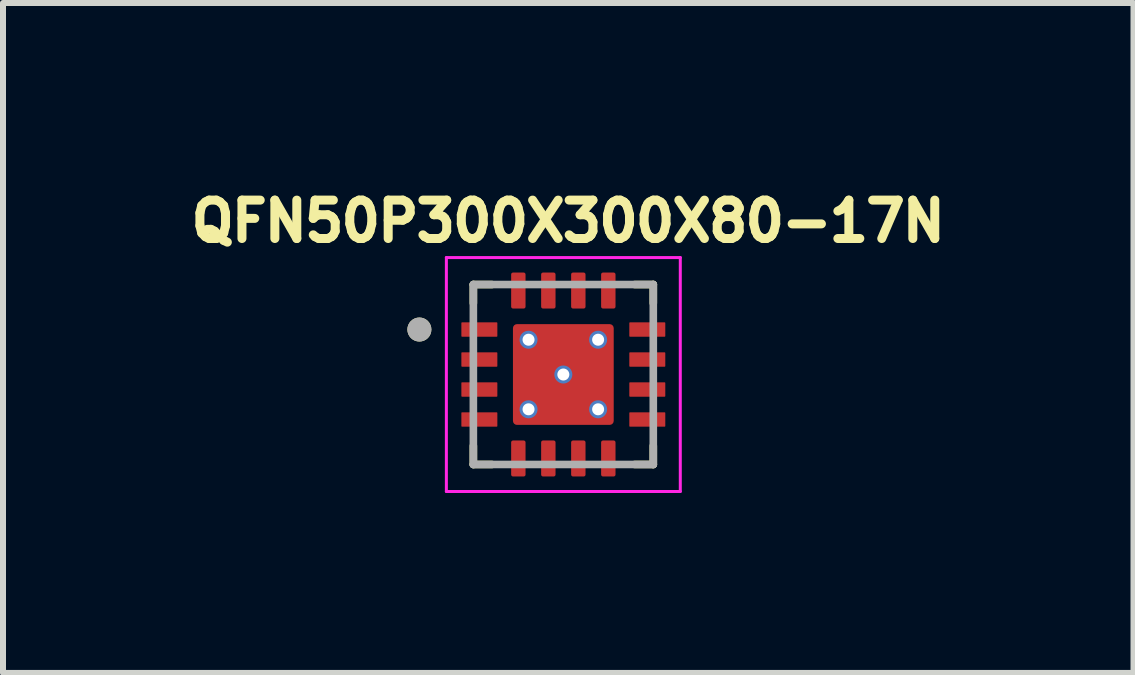
<source format=kicad_pcb>
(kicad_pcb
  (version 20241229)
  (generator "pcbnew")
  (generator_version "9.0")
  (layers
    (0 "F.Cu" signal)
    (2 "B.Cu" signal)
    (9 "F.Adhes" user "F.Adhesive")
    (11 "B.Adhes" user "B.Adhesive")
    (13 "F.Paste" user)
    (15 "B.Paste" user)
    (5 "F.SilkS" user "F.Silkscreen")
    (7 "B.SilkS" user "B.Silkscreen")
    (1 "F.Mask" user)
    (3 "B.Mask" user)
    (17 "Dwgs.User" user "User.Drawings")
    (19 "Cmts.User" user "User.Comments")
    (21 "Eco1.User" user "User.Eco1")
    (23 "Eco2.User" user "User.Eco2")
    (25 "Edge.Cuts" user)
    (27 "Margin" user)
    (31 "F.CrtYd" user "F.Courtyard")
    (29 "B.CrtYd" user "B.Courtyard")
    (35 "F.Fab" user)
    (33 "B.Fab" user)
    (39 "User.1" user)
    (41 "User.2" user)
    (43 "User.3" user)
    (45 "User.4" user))
  (footprint "QFN50P300X300X80-17N"
    (layer "F.Cu")
    (at 6.342 3.194)
    (property "Reference" "QFN50P300X300X80-17N" (at 0.082 -2.556 0) (layer "F.SilkS") (effects (font (size 0.64 0.64) (thickness 0.15))))
    (attr smd)
    (fp_line (start -1.5 -1.19) (end -1.5 -1.5) (stroke (width 0.127) (type solid)) (layer "F.SilkS"))
    (fp_line (start -1.5 1.5) (end -1.5 1.19) (stroke (width 0.127) (type solid)) (layer "F.SilkS"))
    (fp_line (start -1.19 -1.5) (end -1.5 -1.5) (stroke (width 0.127) (type solid)) (layer "F.SilkS"))
    (fp_line (start -1.19 1.5) (end -1.5 1.5) (stroke (width 0.127) (type solid)) (layer "F.SilkS"))
    (fp_line (start 1.5 -1.5) (end 1.19 -1.5) (stroke (width 0.127) (type solid)) (layer "F.SilkS"))
    (fp_line (start 1.5 -1.19) (end 1.5 -1.5) (stroke (width 0.127) (type solid)) (layer "F.SilkS"))
    (fp_line (start 1.5 1.5) (end 1.19 1.5) (stroke (width 0.127) (type solid)) (layer "F.SilkS"))
    (fp_line (start 1.5 1.5) (end 1.5 1.19) (stroke (width 0.127) (type solid)) (layer "F.SilkS"))
    (fp_circle (center -2.4 -0.75) (end -2.3 -0.75) (stroke (width 0.2) (type solid)) (fill no) (layer "F.SilkS"))
    (fp_poly (pts (xy -0.775 0.725) (xy -0.775 -0.725) (xy -0.775 -0.728) (xy -0.775 -0.73) (xy -0.774 -0.733) (xy -0.774 -0.735) (xy -0.773 -0.738) (xy -0.773 -0.74) (xy -0.772 -0.743) (xy -0.771 -0.745) (xy -0.77 -0.748) (xy -0.768 -0.75) (xy -0.767 -0.752) (xy -0.765 -0.754) (xy -0.764 -0.756) (xy -0.762 -0.758) (xy -0.76 -0.76) (xy -0.758 -0.762) (xy -0.756 -0.764) (xy -0.754 -0.765) (xy -0.752 -0.767) (xy -0.75 -0.768) (xy -0.748 -0.77) (xy -0.745 -0.771) (xy -0.743 -0.772) (xy -0.74 -0.773) (xy -0.738 -0.773) (xy -0.735 -0.774) (xy -0.733 -0.774) (xy -0.73 -0.775) (xy -0.728 -0.775) (xy -0.725 -0.775) (xy 0.725 -0.775) (xy 0.728 -0.775) (xy 0.73 -0.775) (xy 0.733 -0.774) (xy 0.735 -0.774) (xy 0.738 -0.773) (xy 0.74 -0.773) (xy 0.743 -0.772) (xy 0.745 -0.771) (xy 0.748 -0.77) (xy 0.75 -0.768) (xy 0.752 -0.767) (xy 0.754 -0.765) (xy 0.756 -0.764) (xy 0.758 -0.762) (xy 0.76 -0.76) (xy 0.762 -0.758) (xy 0.764 -0.756) (xy 0.765 -0.754) (xy 0.767 -0.752) (xy 0.768 -0.75) (xy 0.77 -0.748) (xy 0.771 -0.745) (xy 0.772 -0.743) (xy 0.773 -0.74) (xy 0.773 -0.738) (xy 0.774 -0.735) (xy 0.774 -0.733) (xy 0.775 -0.73) (xy 0.775 -0.728) (xy 0.775 -0.725) (xy 0.775 0.725) (xy 0.775 0.728) (xy 0.775 0.73) (xy 0.774 0.733) (xy 0.774 0.735) (xy 0.773 0.738) (xy 0.773 0.74) (xy 0.772 0.743) (xy 0.771 0.745) (xy 0.77 0.748) (xy 0.768 0.75) (xy 0.767 0.752) (xy 0.765 0.754) (xy 0.764 0.756) (xy 0.762 0.758) (xy 0.76 0.76) (xy 0.758 0.762) (xy 0.756 0.764) (xy 0.754 0.765) (xy 0.752 0.767) (xy 0.75 0.768) (xy 0.748 0.77) (xy 0.745 0.771) (xy 0.743 0.772) (xy 0.74 0.773) (xy 0.738 0.773) (xy 0.735 0.774) (xy 0.733 0.774) (xy 0.73 0.775) (xy 0.728 0.775) (xy 0.725 0.775) (xy -0.725 0.775) (xy -0.728 0.775) (xy -0.73 0.775) (xy -0.733 0.774) (xy -0.735 0.774) (xy -0.738 0.773) (xy -0.74 0.773) (xy -0.743 0.772) (xy -0.745 0.771) (xy -0.748 0.77) (xy -0.75 0.768) (xy -0.752 0.767) (xy -0.754 0.765) (xy -0.756 0.764) (xy -0.758 0.762) (xy -0.76 0.76) (xy -0.762 0.758) (xy -0.764 0.756) (xy -0.765 0.754) (xy -0.767 0.752) (xy -0.768 0.75) (xy -0.77 0.748) (xy -0.771 0.745) (xy -0.772 0.743) (xy -0.773 0.74) (xy -0.773 0.738) (xy -0.774 0.735) (xy -0.774 0.733) (xy -0.775 0.73) (xy -0.775 0.728) (xy -0.775 0.725)) (stroke (width 0.01) (type solid)) (fill yes) (layer "F.Paste"))
    (fp_line (start -1.95 -1.95) (end -1.95 1.95) (stroke (width 0.05) (type solid)) (layer "F.CrtYd"))
    (fp_line (start -1.95 1.95) (end 1.95 1.95) (stroke (width 0.05) (type solid)) (layer "F.CrtYd"))
    (fp_line (start 1.95 -1.95) (end -1.95 -1.95) (stroke (width 0.05) (type solid)) (layer "F.CrtYd"))
    (fp_line (start 1.95 1.95) (end 1.95 -1.95) (stroke (width 0.05) (type solid)) (layer "F.CrtYd"))
    (fp_line (start -1.5 1.5) (end -1.5 -1.5) (stroke (width 0.127) (type solid)) (layer "F.Fab"))
    (fp_line (start 1.5 -1.5) (end -1.5 -1.5) (stroke (width 0.127) (type solid)) (layer "F.Fab"))
    (fp_line (start 1.5 1.5) (end -1.5 1.5) (stroke (width 0.127) (type solid)) (layer "F.Fab"))
    (fp_line (start 1.5 1.5) (end 1.5 -1.5) (stroke (width 0.127) (type solid)) (layer "F.Fab"))
    (fp_circle (center -2.4 -0.75) (end -2.3 -0.75) (stroke (width 0.2) (type solid)) (fill no) (layer "F.Fab"))
    (pad "1" smd roundrect (at -1.4 -0.75) (size 0.6 0.24) (layers "F.Cu" "F.Mask" "F.Paste") (roundrect_rratio 0.05))
    (pad "2" smd roundrect (at -1.4 -0.25) (size 0.6 0.24) (layers "F.Cu" "F.Mask" "F.Paste") (roundrect_rratio 0.05))
    (pad "3" smd roundrect (at -1.4 0.25) (size 0.6 0.24) (layers "F.Cu" "F.Mask" "F.Paste") (roundrect_rratio 0.05))
    (pad "4" smd roundrect (at -1.4 0.75) (size 0.6 0.24) (layers "F.Cu" "F.Mask" "F.Paste") (roundrect_rratio 0.05))
    (pad "5" smd roundrect (at -0.75 1.4) (size 0.24 0.6) (layers "F.Cu" "F.Mask" "F.Paste") (roundrect_rratio 0.13))
    (pad "6" smd roundrect (at -0.25 1.4) (size 0.24 0.6) (layers "F.Cu" "F.Mask" "F.Paste") (roundrect_rratio 0.13))
    (pad "7" smd roundrect (at 0.25 1.4) (size 0.24 0.6) (layers "F.Cu" "F.Mask" "F.Paste") (roundrect_rratio 0.13))
    (pad "8" smd roundrect (at 0.75 1.4) (size 0.24 0.6) (layers "F.Cu" "F.Mask" "F.Paste") (roundrect_rratio 0.13))
    (pad "9" smd roundrect (at 1.4 0.75) (size 0.6 0.24) (layers "F.Cu" "F.Mask" "F.Paste") (roundrect_rratio 0.05))
    (pad "10" smd roundrect (at 1.4 0.25) (size 0.6 0.24) (layers "F.Cu" "F.Mask" "F.Paste") (roundrect_rratio 0.05))
    (pad "11" smd roundrect (at 1.4 -0.25) (size 0.6 0.24) (layers "F.Cu" "F.Mask" "F.Paste") (roundrect_rratio 0.05))
    (pad "12" smd roundrect (at 1.4 -0.75) (size 0.6 0.24) (layers "F.Cu" "F.Mask" "F.Paste") (roundrect_rratio 0.05))
    (pad "13" smd roundrect (at 0.75 -1.4) (size 0.24 0.6) (layers "F.Cu" "F.Mask" "F.Paste") (roundrect_rratio 0.13))
    (pad "14" smd roundrect (at 0.25 -1.4) (size 0.24 0.6) (layers "F.Cu" "F.Mask" "F.Paste") (roundrect_rratio 0.13))
    (pad "15" smd roundrect (at -0.25 -1.4) (size 0.24 0.6) (layers "F.Cu" "F.Mask" "F.Paste") (roundrect_rratio 0.13))
    (pad "16" smd roundrect (at -0.75 -1.4) (size 0.24 0.6) (layers "F.Cu" "F.Mask" "F.Paste") (roundrect_rratio 0.13))
    (pad "17" smd roundrect (at 0 0) (size 1.68 1.68) (layers "F.Cu" "F.Mask") (roundrect_rratio 0.04))
    (pad "18" thru_hole circle (at -0.58 -0.58) (size 0.3 0.3) (drill 0.2) (layers "*.Cu"))
    (pad "19" thru_hole circle (at 0.58 -0.58) (size 0.3 0.3) (drill 0.2) (layers "*.Cu"))
    (pad "20" thru_hole circle (at 0 0) (size 0.3 0.3) (drill 0.2) (layers "*.Cu"))
    (pad "21" thru_hole circle (at -0.58 0.58) (size 0.3 0.3) (drill 0.2) (layers "*.Cu"))
    (pad "22" thru_hole circle (at 0.58 0.58) (size 0.3 0.3) (drill 0.2) (layers "*.Cu")))
  (gr_rect
    (start -3 -3)
    (end 15.848 8.169)
    (stroke (width 0.1) (type default))
    (fill no)
    (layer "Edge.Cuts")))
</source>
